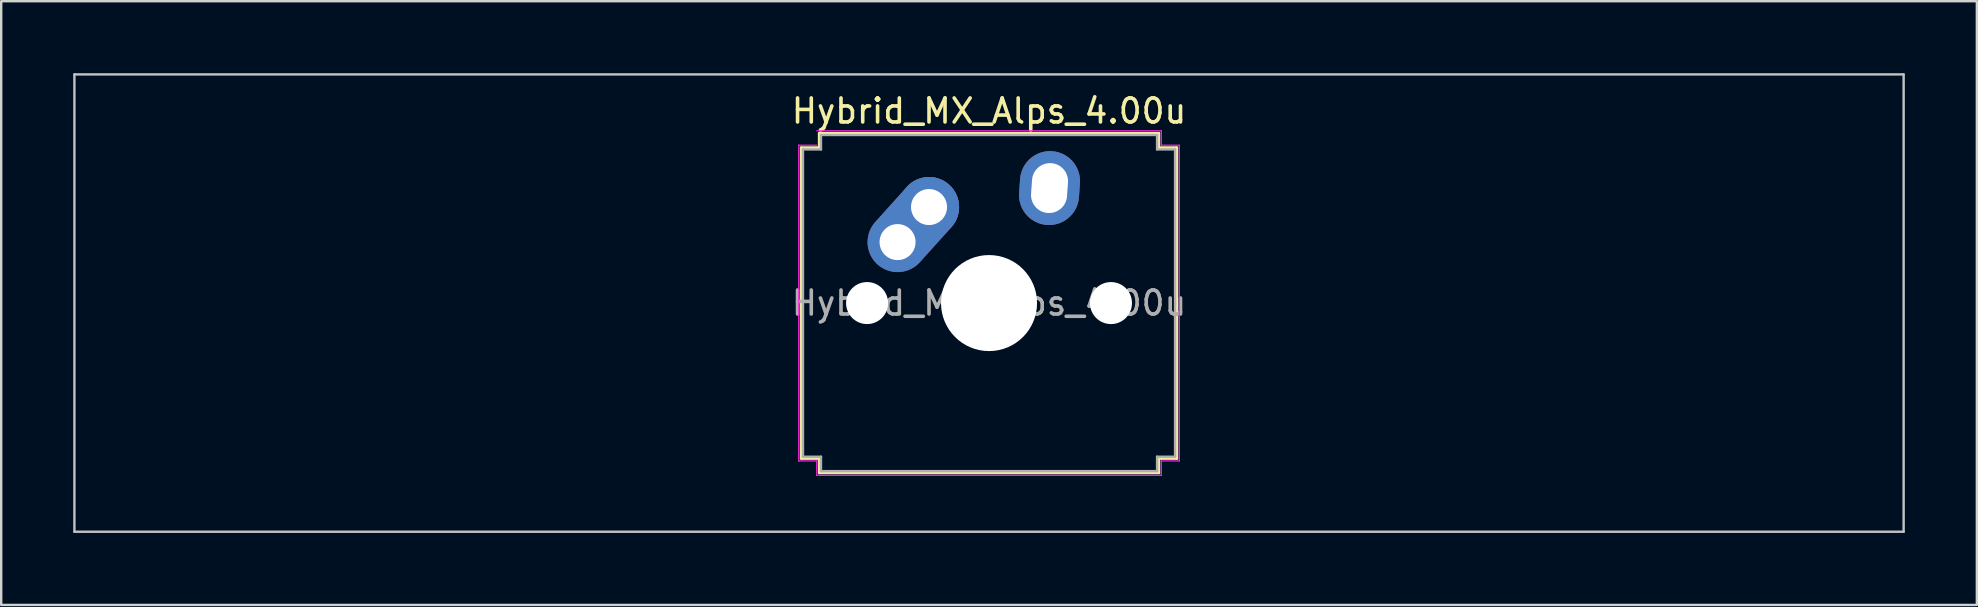
<source format=kicad_pcb>
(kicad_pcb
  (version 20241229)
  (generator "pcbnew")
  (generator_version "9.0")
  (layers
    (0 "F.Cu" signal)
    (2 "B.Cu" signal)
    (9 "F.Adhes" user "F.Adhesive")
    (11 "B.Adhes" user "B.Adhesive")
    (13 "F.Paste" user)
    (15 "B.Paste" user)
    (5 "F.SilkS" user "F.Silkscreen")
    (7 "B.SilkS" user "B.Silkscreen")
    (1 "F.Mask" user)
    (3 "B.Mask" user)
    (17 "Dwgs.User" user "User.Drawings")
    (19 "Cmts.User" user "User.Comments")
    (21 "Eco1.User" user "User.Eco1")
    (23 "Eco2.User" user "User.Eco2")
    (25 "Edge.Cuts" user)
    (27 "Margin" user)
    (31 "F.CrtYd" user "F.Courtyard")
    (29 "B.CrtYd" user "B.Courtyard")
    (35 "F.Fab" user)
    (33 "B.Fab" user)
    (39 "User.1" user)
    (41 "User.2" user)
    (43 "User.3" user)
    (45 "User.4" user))
  (footprint "Hybrid_MX_Alps_4.00u"
    (layer "F.Cu")
    (at 38.15 9.575)
    (property "Reference" "Hybrid_MX_Alps_4.00u" (at 0 -8 0) (layer "F.SilkS") (effects (font (size 1 1) (thickness 0.15))))
    (attr through_hole)
    (fp_line (start -7.821 -6.471) (end -7.071 -6.471) (stroke (width 0.12) (type solid)) (layer "F.SilkS"))
    (fp_line (start -7.821 6.471) (end -7.821 -6.471) (stroke (width 0.12) (type solid)) (layer "F.SilkS"))
    (fp_line (start -7.071 -7.071) (end 7.071 -7.071) (stroke (width 0.12) (type solid)) (layer "F.SilkS"))
    (fp_line (start -7.071 -6.471) (end -7.071 -7.071) (stroke (width 0.12) (type solid)) (layer "F.SilkS"))
    (fp_line (start -7.071 6.471) (end -7.821 6.471) (stroke (width 0.12) (type solid)) (layer "F.SilkS"))
    (fp_line (start -7.071 7.071) (end -7.071 6.471) (stroke (width 0.12) (type solid)) (layer "F.SilkS"))
    (fp_line (start 7.071 -7.071) (end 7.071 -6.471) (stroke (width 0.12) (type solid)) (layer "F.SilkS"))
    (fp_line (start 7.071 -6.471) (end 7.821 -6.471) (stroke (width 0.12) (type solid)) (layer "F.SilkS"))
    (fp_line (start 7.071 6.471) (end 7.071 7.071) (stroke (width 0.12) (type solid)) (layer "F.SilkS"))
    (fp_line (start 7.071 7.071) (end -7.071 7.071) (stroke (width 0.12) (type solid)) (layer "F.SilkS"))
    (fp_line (start 7.821 -6.471) (end 7.821 6.471) (stroke (width 0.12) (type solid)) (layer "F.SilkS"))
    (fp_line (start 7.821 6.471) (end 7.071 6.471) (stroke (width 0.12) (type solid)) (layer "F.SilkS"))
    (fp_line (start -38.1 -9.525) (end -38.1 9.525) (stroke (width 0.1) (type solid)) (layer "Dwgs.User"))
    (fp_line (start -38.1 9.525) (end 38.1 9.525) (stroke (width 0.1) (type solid)) (layer "Dwgs.User"))
    (fp_line (start 38.1 -9.525) (end -38.1 -9.525) (stroke (width 0.1) (type solid)) (layer "Dwgs.User"))
    (fp_line (start 38.1 9.525) (end 38.1 -9.525) (stroke (width 0.1) (type solid)) (layer "Dwgs.User"))
    (fp_line (start -7.927 -6.577) (end -7.177 -6.577) (stroke (width 0.05) (type solid)) (layer "F.CrtYd"))
    (fp_line (start -7.927 6.577) (end -7.927 -6.577) (stroke (width 0.05) (type solid)) (layer "F.CrtYd"))
    (fp_line (start -7.177 -7.177) (end 7.177 -7.177) (stroke (width 0.05) (type solid)) (layer "F.CrtYd"))
    (fp_line (start -7.177 6.577) (end -7.927 6.577) (stroke (width 0.05) (type solid)) (layer "F.CrtYd"))
    (fp_line (start -7.177 7.177) (end -7.177 6.577) (stroke (width 0.05) (type solid)) (layer "F.CrtYd"))
    (fp_line (start 7.177 -7.177) (end 7.177 -6.577) (stroke (width 0.05) (type solid)) (layer "F.CrtYd"))
    (fp_line (start 7.177 -6.577) (end 7.927 -6.577) (stroke (width 0.05) (type solid)) (layer "F.CrtYd"))
    (fp_line (start 7.177 6.577) (end 7.177 7.177) (stroke (width 0.05) (type solid)) (layer "F.CrtYd"))
    (fp_line (start 7.177 7.177) (end -7.177 7.177) (stroke (width 0.05) (type solid)) (layer "F.CrtYd"))
    (fp_line (start 7.927 -6.577) (end 7.927 6.577) (stroke (width 0.05) (type solid)) (layer "F.CrtYd"))
    (fp_line (start 7.927 6.577) (end 7.177 6.577) (stroke (width 0.05) (type solid)) (layer "F.CrtYd"))
    (fp_line (start -7.75 -6.4) (end -7 -6.4) (stroke (width 0.1) (type solid)) (layer "F.Fab"))
    (fp_line (start -7.75 6.4) (end -7.75 -6.4) (stroke (width 0.1) (type solid)) (layer "F.Fab"))
    (fp_line (start -7 -7) (end 7 -7) (stroke (width 0.1) (type solid)) (layer "F.Fab"))
    (fp_line (start -7 -6.4) (end -7 -7) (stroke (width 0.1) (type solid)) (layer "F.Fab"))
    (fp_line (start -7 6.4) (end -7.75 6.4) (stroke (width 0.1) (type solid)) (layer "F.Fab"))
    (fp_line (start -7 7) (end -7 6.4) (stroke (width 0.1) (type solid)) (layer "F.Fab"))
    (fp_line (start 7 -7) (end 7 -6.4) (stroke (width 0.1) (type solid)) (layer "F.Fab"))
    (fp_line (start 7 -6.4) (end 7.75 -6.4) (stroke (width 0.1) (type solid)) (layer "F.Fab"))
    (fp_line (start 7 6.4) (end 7 7) (stroke (width 0.1) (type solid)) (layer "F.Fab"))
    (fp_line (start 7 7) (end -7 7) (stroke (width 0.1) (type solid)) (layer "F.Fab"))
    (fp_line (start 7.75 -6.4) (end 7.75 6.4) (stroke (width 0.1) (type solid)) (layer "F.Fab"))
    (fp_line (start 7.75 6.4) (end 7 6.4) (stroke (width 0.1) (type solid)) (layer "F.Fab"))
    (fp_text user "${REFERENCE}" (at 0 0 0) (layer "F.Fab") (effects (font (size 1 1) (thickness 0.15))))
    (pad "" np_thru_hole circle (at -5.08 0) (size 1.75 1.75) (drill 1.75) (layers "*.Cu" "*.Mask"))
    (pad "" np_thru_hole circle (at 0 0) (size 4 4) (drill 4) (layers "*.Cu" "*.Mask"))
    (pad "" np_thru_hole circle (at 5.08 0) (size 1.75 1.75) (drill 1.75) (layers "*.Cu" "*.Mask"))
    (pad "1" thru_hole oval (at -3.81 -2.54 48) (size 4.462 2.5) (drill 1.5 (offset 0.981 0)) (layers "*.Cu" "*.Mask"))
    (pad "1" thru_hole circle (at -2.5 -4) (size 2.5 2.5) (drill 1.5) (layers "*.Cu" "*.Mask"))
    (pad "2" thru_hole oval (at 2.52 -4.79 86) (size 3.081 2.5) (drill oval 2.081 1.5) (layers "*.Cu" "*.Mask")))
  (gr_rect
    (start -3 -3)
    (end 79.3 22.15)
    (stroke (width 0.1) (type default))
    (fill no)
    (layer "Edge.Cuts")))
</source>
